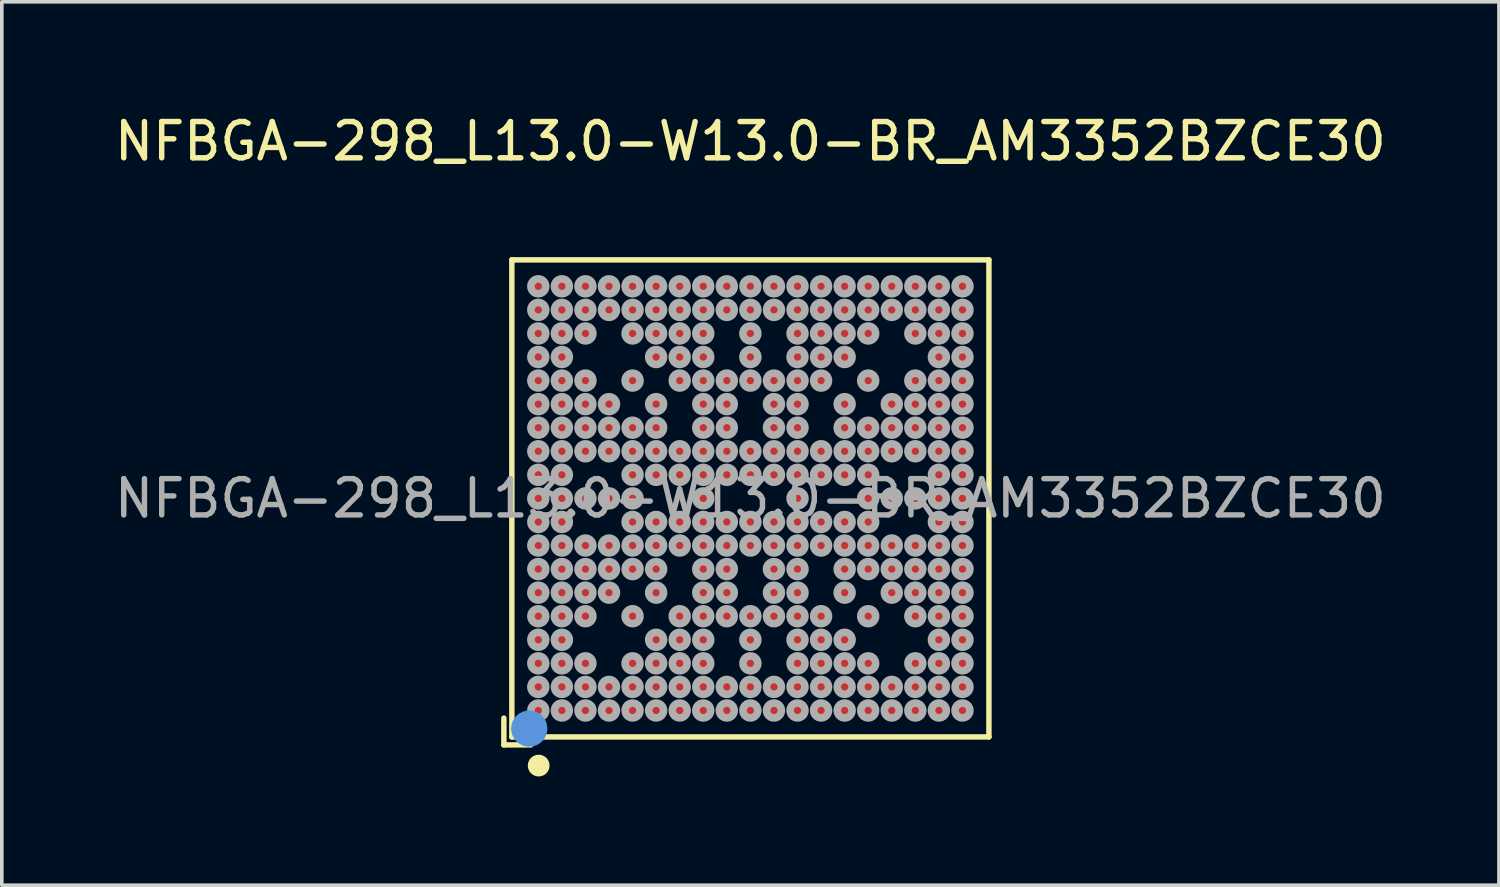
<source format=kicad_pcb>
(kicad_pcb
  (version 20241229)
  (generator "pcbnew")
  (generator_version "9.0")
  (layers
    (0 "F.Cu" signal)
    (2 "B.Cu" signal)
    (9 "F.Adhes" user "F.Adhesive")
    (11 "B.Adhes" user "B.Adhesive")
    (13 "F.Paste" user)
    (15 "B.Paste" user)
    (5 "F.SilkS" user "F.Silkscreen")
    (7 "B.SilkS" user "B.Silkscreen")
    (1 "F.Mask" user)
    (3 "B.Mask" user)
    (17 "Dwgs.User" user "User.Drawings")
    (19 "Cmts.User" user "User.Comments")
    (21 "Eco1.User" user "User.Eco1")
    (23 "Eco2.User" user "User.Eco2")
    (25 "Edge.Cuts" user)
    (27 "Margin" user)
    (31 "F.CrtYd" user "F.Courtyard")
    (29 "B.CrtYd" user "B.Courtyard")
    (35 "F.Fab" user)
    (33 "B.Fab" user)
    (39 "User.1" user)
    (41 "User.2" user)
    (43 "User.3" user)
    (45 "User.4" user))
  (footprint "NFBGA-298_L13.0-W13.0-BR_AM3352BZCE30"
    (layer "F.Cu")
    (at 17.649 10.698)
    (property "Reference" "NFBGA-298_L13.0-W13.0-BR_AM3352BZCE30" (at 0 -9.85 0) (layer "F.SilkS") (effects (font (size 1 1) (thickness 0.15))))
    (attr through_hole)
    (fp_line (start -6.8 6.06) (end -6.8 6.8) (stroke (width 0.15) (type solid)) (layer "F.SilkS"))
    (fp_line (start -6.8 6.8) (end -6.06 6.8) (stroke (width 0.15) (type solid)) (layer "F.SilkS"))
    (fp_line (start -6.58 -6.58) (end 6.58 -6.58) (stroke (width 0.15) (type solid)) (layer "F.SilkS"))
    (fp_line (start -6.58 6.58) (end -6.58 -6.58) (stroke (width 0.15) (type solid)) (layer "F.SilkS"))
    (fp_line (start 6.58 -6.58) (end 6.58 6.58) (stroke (width 0.15) (type solid)) (layer "F.SilkS"))
    (fp_line (start 6.58 6.58) (end -6.58 6.58) (stroke (width 0.15) (type solid)) (layer "F.SilkS"))
    (fp_circle (center -5.84 7.37) (end -5.69 7.37) (stroke (width 0.3) (type solid)) (fill no) (layer "F.SilkS"))
    (fp_circle (center -6.1 6.35) (end -5.85 6.35) (stroke (width 0.5) (type solid)) (fill no) (layer "Cmts.User"))
    (fp_circle (center -6.5 6.5) (end -6.47 6.5) (stroke (width 0.06) (type solid)) (fill no) (layer "F.Fab"))
    (fp_circle (center -5.85 -5.85) (end -5.75 -5.85) (stroke (width 0.21) (type solid)) (fill no) (layer "F.Fab"))
    (fp_circle (center -5.85 -5.2) (end -5.75 -5.2) (stroke (width 0.21) (type solid)) (fill no) (layer "F.Fab"))
    (fp_circle (center -5.85 -4.55) (end -5.75 -4.55) (stroke (width 0.21) (type solid)) (fill no) (layer "F.Fab"))
    (fp_circle (center -5.85 -3.9) (end -5.75 -3.9) (stroke (width 0.21) (type solid)) (fill no) (layer "F.Fab"))
    (fp_circle (center -5.85 -3.25) (end -5.75 -3.25) (stroke (width 0.21) (type solid)) (fill no) (layer "F.Fab"))
    (fp_circle (center -5.85 -2.6) (end -5.75 -2.6) (stroke (width 0.21) (type solid)) (fill no) (layer "F.Fab"))
    (fp_circle (center -5.85 -1.95) (end -5.75 -1.95) (stroke (width 0.21) (type solid)) (fill no) (layer "F.Fab"))
    (fp_circle (center -5.85 -1.3) (end -5.75 -1.3) (stroke (width 0.21) (type solid)) (fill no) (layer "F.Fab"))
    (fp_circle (center -5.85 -0.65) (end -5.75 -0.65) (stroke (width 0.21) (type solid)) (fill no) (layer "F.Fab"))
    (fp_circle (center -5.85 0) (end -5.75 0) (stroke (width 0.21) (type solid)) (fill no) (layer "F.Fab"))
    (fp_circle (center -5.85 0.65) (end -5.75 0.65) (stroke (width 0.21) (type solid)) (fill no) (layer "F.Fab"))
    (fp_circle (center -5.85 1.3) (end -5.75 1.3) (stroke (width 0.21) (type solid)) (fill no) (layer "F.Fab"))
    (fp_circle (center -5.85 1.95) (end -5.75 1.95) (stroke (width 0.21) (type solid)) (fill no) (layer "F.Fab"))
    (fp_circle (center -5.85 2.6) (end -5.75 2.6) (stroke (width 0.21) (type solid)) (fill no) (layer "F.Fab"))
    (fp_circle (center -5.85 3.25) (end -5.75 3.25) (stroke (width 0.21) (type solid)) (fill no) (layer "F.Fab"))
    (fp_circle (center -5.85 3.9) (end -5.75 3.9) (stroke (width 0.21) (type solid)) (fill no) (layer "F.Fab"))
    (fp_circle (center -5.85 4.55) (end -5.75 4.55) (stroke (width 0.21) (type solid)) (fill no) (layer "F.Fab"))
    (fp_circle (center -5.85 5.2) (end -5.75 5.2) (stroke (width 0.21) (type solid)) (fill no) (layer "F.Fab"))
    (fp_circle (center -5.85 5.85) (end -5.75 5.85) (stroke (width 0.21) (type solid)) (fill no) (layer "F.Fab"))
    (fp_circle (center -5.2 -5.85) (end -5.1 -5.85) (stroke (width 0.21) (type solid)) (fill no) (layer "F.Fab"))
    (fp_circle (center -5.2 -5.2) (end -5.1 -5.2) (stroke (width 0.21) (type solid)) (fill no) (layer "F.Fab"))
    (fp_circle (center -5.2 -4.55) (end -5.1 -4.55) (stroke (width 0.21) (type solid)) (fill no) (layer "F.Fab"))
    (fp_circle (center -5.2 -3.9) (end -5.1 -3.9) (stroke (width 0.21) (type solid)) (fill no) (layer "F.Fab"))
    (fp_circle (center -5.2 -3.25) (end -5.1 -3.25) (stroke (width 0.21) (type solid)) (fill no) (layer "F.Fab"))
    (fp_circle (center -5.2 -2.6) (end -5.1 -2.6) (stroke (width 0.21) (type solid)) (fill no) (layer "F.Fab"))
    (fp_circle (center -5.2 -1.95) (end -5.1 -1.95) (stroke (width 0.21) (type solid)) (fill no) (layer "F.Fab"))
    (fp_circle (center -5.2 -1.3) (end -5.1 -1.3) (stroke (width 0.21) (type solid)) (fill no) (layer "F.Fab"))
    (fp_circle (center -5.2 -0.65) (end -5.1 -0.65) (stroke (width 0.21) (type solid)) (fill no) (layer "F.Fab"))
    (fp_circle (center -5.2 0) (end -5.1 0) (stroke (width 0.21) (type solid)) (fill no) (layer "F.Fab"))
    (fp_circle (center -5.2 0.65) (end -5.1 0.65) (stroke (width 0.21) (type solid)) (fill no) (layer "F.Fab"))
    (fp_circle (center -5.2 1.3) (end -5.1 1.3) (stroke (width 0.21) (type solid)) (fill no) (layer "F.Fab"))
    (fp_circle (center -5.2 1.95) (end -5.1 1.95) (stroke (width 0.21) (type solid)) (fill no) (layer "F.Fab"))
    (fp_circle (center -5.2 2.6) (end -5.1 2.6) (stroke (width 0.21) (type solid)) (fill no) (layer "F.Fab"))
    (fp_circle (center -5.2 3.25) (end -5.1 3.25) (stroke (width 0.21) (type solid)) (fill no) (layer "F.Fab"))
    (fp_circle (center -5.2 3.9) (end -5.1 3.9) (stroke (width 0.21) (type solid)) (fill no) (layer "F.Fab"))
    (fp_circle (center -5.2 4.55) (end -5.1 4.55) (stroke (width 0.21) (type solid)) (fill no) (layer "F.Fab"))
    (fp_circle (center -5.2 5.2) (end -5.1 5.2) (stroke (width 0.21) (type solid)) (fill no) (layer "F.Fab"))
    (fp_circle (center -5.2 5.85) (end -5.1 5.85) (stroke (width 0.21) (type solid)) (fill no) (layer "F.Fab"))
    (fp_circle (center -4.55 -5.85) (end -4.45 -5.85) (stroke (width 0.21) (type solid)) (fill no) (layer "F.Fab"))
    (fp_circle (center -4.55 -5.2) (end -4.45 -5.2) (stroke (width 0.21) (type solid)) (fill no) (layer "F.Fab"))
    (fp_circle (center -4.55 -4.55) (end -4.45 -4.55) (stroke (width 0.21) (type solid)) (fill no) (layer "F.Fab"))
    (fp_circle (center -4.55 -3.25) (end -4.45 -3.25) (stroke (width 0.21) (type solid)) (fill no) (layer "F.Fab"))
    (fp_circle (center -4.55 -2.6) (end -4.45 -2.6) (stroke (width 0.21) (type solid)) (fill no) (layer "F.Fab"))
    (fp_circle (center -4.55 -1.95) (end -4.45 -1.95) (stroke (width 0.21) (type solid)) (fill no) (layer "F.Fab"))
    (fp_circle (center -4.55 -1.3) (end -4.45 -1.3) (stroke (width 0.21) (type solid)) (fill no) (layer "F.Fab"))
    (fp_circle (center -4.55 0) (end -4.45 0) (stroke (width 0.21) (type solid)) (fill no) (layer "F.Fab"))
    (fp_circle (center -4.55 1.3) (end -4.45 1.3) (stroke (width 0.21) (type solid)) (fill no) (layer "F.Fab"))
    (fp_circle (center -4.55 1.95) (end -4.45 1.95) (stroke (width 0.21) (type solid)) (fill no) (layer "F.Fab"))
    (fp_circle (center -4.55 2.6) (end -4.45 2.6) (stroke (width 0.21) (type solid)) (fill no) (layer "F.Fab"))
    (fp_circle (center -4.55 3.25) (end -4.45 3.25) (stroke (width 0.21) (type solid)) (fill no) (layer "F.Fab"))
    (fp_circle (center -4.55 4.55) (end -4.45 4.55) (stroke (width 0.21) (type solid)) (fill no) (layer "F.Fab"))
    (fp_circle (center -4.55 5.2) (end -4.45 5.2) (stroke (width 0.21) (type solid)) (fill no) (layer "F.Fab"))
    (fp_circle (center -4.55 5.85) (end -4.45 5.85) (stroke (width 0.21) (type solid)) (fill no) (layer "F.Fab"))
    (fp_circle (center -3.9 -5.85) (end -3.8 -5.85) (stroke (width 0.21) (type solid)) (fill no) (layer "F.Fab"))
    (fp_circle (center -3.9 -5.2) (end -3.8 -5.2) (stroke (width 0.21) (type solid)) (fill no) (layer "F.Fab"))
    (fp_circle (center -3.9 -2.6) (end -3.8 -2.6) (stroke (width 0.21) (type solid)) (fill no) (layer "F.Fab"))
    (fp_circle (center -3.9 -1.95) (end -3.8 -1.95) (stroke (width 0.21) (type solid)) (fill no) (layer "F.Fab"))
    (fp_circle (center -3.9 -1.3) (end -3.8 -1.3) (stroke (width 0.21) (type solid)) (fill no) (layer "F.Fab"))
    (fp_circle (center -3.9 0) (end -3.8 0) (stroke (width 0.21) (type solid)) (fill no) (layer "F.Fab"))
    (fp_circle (center -3.9 1.3) (end -3.8 1.3) (stroke (width 0.21) (type solid)) (fill no) (layer "F.Fab"))
    (fp_circle (center -3.9 1.95) (end -3.8 1.95) (stroke (width 0.21) (type solid)) (fill no) (layer "F.Fab"))
    (fp_circle (center -3.9 2.6) (end -3.8 2.6) (stroke (width 0.21) (type solid)) (fill no) (layer "F.Fab"))
    (fp_circle (center -3.9 5.2) (end -3.8 5.2) (stroke (width 0.21) (type solid)) (fill no) (layer "F.Fab"))
    (fp_circle (center -3.9 5.85) (end -3.8 5.85) (stroke (width 0.21) (type solid)) (fill no) (layer "F.Fab"))
    (fp_circle (center -3.25 -5.85) (end -3.15 -5.85) (stroke (width 0.21) (type solid)) (fill no) (layer "F.Fab"))
    (fp_circle (center -3.25 -5.2) (end -3.15 -5.2) (stroke (width 0.21) (type solid)) (fill no) (layer "F.Fab"))
    (fp_circle (center -3.25 -4.55) (end -3.15 -4.55) (stroke (width 0.21) (type solid)) (fill no) (layer "F.Fab"))
    (fp_circle (center -3.25 -3.25) (end -3.15 -3.25) (stroke (width 0.21) (type solid)) (fill no) (layer "F.Fab"))
    (fp_circle (center -3.25 -1.95) (end -3.15 -1.95) (stroke (width 0.21) (type solid)) (fill no) (layer "F.Fab"))
    (fp_circle (center -3.25 -1.3) (end -3.15 -1.3) (stroke (width 0.21) (type solid)) (fill no) (layer "F.Fab"))
    (fp_circle (center -3.25 -0.65) (end -3.15 -0.65) (stroke (width 0.21) (type solid)) (fill no) (layer "F.Fab"))
    (fp_circle (center -3.25 0) (end -3.15 0) (stroke (width 0.21) (type solid)) (fill no) (layer "F.Fab"))
    (fp_circle (center -3.25 0.65) (end -3.15 0.65) (stroke (width 0.21) (type solid)) (fill no) (layer "F.Fab"))
    (fp_circle (center -3.25 1.3) (end -3.15 1.3) (stroke (width 0.21) (type solid)) (fill no) (layer "F.Fab"))
    (fp_circle (center -3.25 1.95) (end -3.15 1.95) (stroke (width 0.21) (type solid)) (fill no) (layer "F.Fab"))
    (fp_circle (center -3.25 3.25) (end -3.15 3.25) (stroke (width 0.21) (type solid)) (fill no) (layer "F.Fab"))
    (fp_circle (center -3.25 4.55) (end -3.15 4.55) (stroke (width 0.21) (type solid)) (fill no) (layer "F.Fab"))
    (fp_circle (center -3.25 5.2) (end -3.15 5.2) (stroke (width 0.21) (type solid)) (fill no) (layer "F.Fab"))
    (fp_circle (center -3.25 5.85) (end -3.15 5.85) (stroke (width 0.21) (type solid)) (fill no) (layer "F.Fab"))
    (fp_circle (center -2.6 -5.85) (end -2.5 -5.85) (stroke (width 0.21) (type solid)) (fill no) (layer "F.Fab"))
    (fp_circle (center -2.6 -5.2) (end -2.5 -5.2) (stroke (width 0.21) (type solid)) (fill no) (layer "F.Fab"))
    (fp_circle (center -2.6 -4.55) (end -2.5 -4.55) (stroke (width 0.21) (type solid)) (fill no) (layer "F.Fab"))
    (fp_circle (center -2.6 -3.9) (end -2.5 -3.9) (stroke (width 0.21) (type solid)) (fill no) (layer "F.Fab"))
    (fp_circle (center -2.6 -2.6) (end -2.5 -2.6) (stroke (width 0.21) (type solid)) (fill no) (layer "F.Fab"))
    (fp_circle (center -2.6 -1.95) (end -2.5 -1.95) (stroke (width 0.21) (type solid)) (fill no) (layer "F.Fab"))
    (fp_circle (center -2.6 -1.3) (end -2.5 -1.3) (stroke (width 0.21) (type solid)) (fill no) (layer "F.Fab"))
    (fp_circle (center -2.6 -0.65) (end -2.5 -0.65) (stroke (width 0.21) (type solid)) (fill no) (layer "F.Fab"))
    (fp_circle (center -2.6 0.65) (end -2.5 0.65) (stroke (width 0.21) (type solid)) (fill no) (layer "F.Fab"))
    (fp_circle (center -2.6 1.3) (end -2.5 1.3) (stroke (width 0.21) (type solid)) (fill no) (layer "F.Fab"))
    (fp_circle (center -2.6 1.95) (end -2.5 1.95) (stroke (width 0.21) (type solid)) (fill no) (layer "F.Fab"))
    (fp_circle (center -2.6 2.6) (end -2.5 2.6) (stroke (width 0.21) (type solid)) (fill no) (layer "F.Fab"))
    (fp_circle (center -2.6 3.9) (end -2.5 3.9) (stroke (width 0.21) (type solid)) (fill no) (layer "F.Fab"))
    (fp_circle (center -2.6 4.55) (end -2.5 4.55) (stroke (width 0.21) (type solid)) (fill no) (layer "F.Fab"))
    (fp_circle (center -2.6 5.2) (end -2.5 5.2) (stroke (width 0.21) (type solid)) (fill no) (layer "F.Fab"))
    (fp_circle (center -2.6 5.85) (end -2.5 5.85) (stroke (width 0.21) (type solid)) (fill no) (layer "F.Fab"))
    (fp_circle (center -1.95 -5.85) (end -1.85 -5.85) (stroke (width 0.21) (type solid)) (fill no) (layer "F.Fab"))
    (fp_circle (center -1.95 -5.2) (end -1.85 -5.2) (stroke (width 0.21) (type solid)) (fill no) (layer "F.Fab"))
    (fp_circle (center -1.95 -4.55) (end -1.85 -4.55) (stroke (width 0.21) (type solid)) (fill no) (layer "F.Fab"))
    (fp_circle (center -1.95 -3.9) (end -1.85 -3.9) (stroke (width 0.21) (type solid)) (fill no) (layer "F.Fab"))
    (fp_circle (center -1.95 -3.25) (end -1.85 -3.25) (stroke (width 0.21) (type solid)) (fill no) (layer "F.Fab"))
    (fp_circle (center -1.95 -1.3) (end -1.85 -1.3) (stroke (width 0.21) (type solid)) (fill no) (layer "F.Fab"))
    (fp_circle (center -1.95 -0.65) (end -1.85 -0.65) (stroke (width 0.21) (type solid)) (fill no) (layer "F.Fab"))
    (fp_circle (center -1.95 0.65) (end -1.85 0.65) (stroke (width 0.21) (type solid)) (fill no) (layer "F.Fab"))
    (fp_circle (center -1.95 1.3) (end -1.85 1.3) (stroke (width 0.21) (type solid)) (fill no) (layer "F.Fab"))
    (fp_circle (center -1.95 3.25) (end -1.85 3.25) (stroke (width 0.21) (type solid)) (fill no) (layer "F.Fab"))
    (fp_circle (center -1.95 3.9) (end -1.85 3.9) (stroke (width 0.21) (type solid)) (fill no) (layer "F.Fab"))
    (fp_circle (center -1.95 4.55) (end -1.85 4.55) (stroke (width 0.21) (type solid)) (fill no) (layer "F.Fab"))
    (fp_circle (center -1.95 5.2) (end -1.85 5.2) (stroke (width 0.21) (type solid)) (fill no) (layer "F.Fab"))
    (fp_circle (center -1.95 5.85) (end -1.85 5.85) (stroke (width 0.21) (type solid)) (fill no) (layer "F.Fab"))
    (fp_circle (center -1.3 -5.85) (end -1.2 -5.85) (stroke (width 0.21) (type solid)) (fill no) (layer "F.Fab"))
    (fp_circle (center -1.3 -5.2) (end -1.2 -5.2) (stroke (width 0.21) (type solid)) (fill no) (layer "F.Fab"))
    (fp_circle (center -1.3 -4.55) (end -1.2 -4.55) (stroke (width 0.21) (type solid)) (fill no) (layer "F.Fab"))
    (fp_circle (center -1.3 -3.9) (end -1.2 -3.9) (stroke (width 0.21) (type solid)) (fill no) (layer "F.Fab"))
    (fp_circle (center -1.3 -3.25) (end -1.2 -3.25) (stroke (width 0.21) (type solid)) (fill no) (layer "F.Fab"))
    (fp_circle (center -1.3 -2.6) (end -1.2 -2.6) (stroke (width 0.21) (type solid)) (fill no) (layer "F.Fab"))
    (fp_circle (center -1.3 -1.95) (end -1.2 -1.95) (stroke (width 0.21) (type solid)) (fill no) (layer "F.Fab"))
    (fp_circle (center -1.3 -1.3) (end -1.2 -1.3) (stroke (width 0.21) (type solid)) (fill no) (layer "F.Fab"))
    (fp_circle (center -1.3 -0.65) (end -1.2 -0.65) (stroke (width 0.21) (type solid)) (fill no) (layer "F.Fab"))
    (fp_circle (center -1.3 0) (end -1.2 0) (stroke (width 0.21) (type solid)) (fill no) (layer "F.Fab"))
    (fp_circle (center -1.3 0.65) (end -1.2 0.65) (stroke (width 0.21) (type solid)) (fill no) (layer "F.Fab"))
    (fp_circle (center -1.3 1.3) (end -1.2 1.3) (stroke (width 0.21) (type solid)) (fill no) (layer "F.Fab"))
    (fp_circle (center -1.3 1.95) (end -1.2 1.95) (stroke (width 0.21) (type solid)) (fill no) (layer "F.Fab"))
    (fp_circle (center -1.3 2.6) (end -1.2 2.6) (stroke (width 0.21) (type solid)) (fill no) (layer "F.Fab"))
    (fp_circle (center -1.3 3.25) (end -1.2 3.25) (stroke (width 0.21) (type solid)) (fill no) (layer "F.Fab"))
    (fp_circle (center -1.3 3.9) (end -1.2 3.9) (stroke (width 0.21) (type solid)) (fill no) (layer "F.Fab"))
    (fp_circle (center -1.3 4.55) (end -1.2 4.55) (stroke (width 0.21) (type solid)) (fill no) (layer "F.Fab"))
    (fp_circle (center -1.3 5.2) (end -1.2 5.2) (stroke (width 0.21) (type solid)) (fill no) (layer "F.Fab"))
    (fp_circle (center -1.3 5.85) (end -1.2 5.85) (stroke (width 0.21) (type solid)) (fill no) (layer "F.Fab"))
    (fp_circle (center -0.65 -5.85) (end -0.55 -5.85) (stroke (width 0.21) (type solid)) (fill no) (layer "F.Fab"))
    (fp_circle (center -0.65 -5.2) (end -0.55 -5.2) (stroke (width 0.21) (type solid)) (fill no) (layer "F.Fab"))
    (fp_circle (center -0.65 -3.25) (end -0.55 -3.25) (stroke (width 0.21) (type solid)) (fill no) (layer "F.Fab"))
    (fp_circle (center -0.65 -2.6) (end -0.55 -2.6) (stroke (width 0.21) (type solid)) (fill no) (layer "F.Fab"))
    (fp_circle (center -0.65 -1.95) (end -0.55 -1.95) (stroke (width 0.21) (type solid)) (fill no) (layer "F.Fab"))
    (fp_circle (center -0.65 -1.3) (end -0.55 -1.3) (stroke (width 0.21) (type solid)) (fill no) (layer "F.Fab"))
    (fp_circle (center -0.65 -0.65) (end -0.55 -0.65) (stroke (width 0.21) (type solid)) (fill no) (layer "F.Fab"))
    (fp_circle (center -0.65 0.65) (end -0.55 0.65) (stroke (width 0.21) (type solid)) (fill no) (layer "F.Fab"))
    (fp_circle (center -0.65 1.3) (end -0.55 1.3) (stroke (width 0.21) (type solid)) (fill no) (layer "F.Fab"))
    (fp_circle (center -0.65 1.95) (end -0.55 1.95) (stroke (width 0.21) (type solid)) (fill no) (layer "F.Fab"))
    (fp_circle (center -0.65 2.6) (end -0.55 2.6) (stroke (width 0.21) (type solid)) (fill no) (layer "F.Fab"))
    (fp_circle (center -0.65 3.25) (end -0.55 3.25) (stroke (width 0.21) (type solid)) (fill no) (layer "F.Fab"))
    (fp_circle (center -0.65 5.2) (end -0.55 5.2) (stroke (width 0.21) (type solid)) (fill no) (layer "F.Fab"))
    (fp_circle (center -0.65 5.85) (end -0.55 5.85) (stroke (width 0.21) (type solid)) (fill no) (layer "F.Fab"))
    (fp_circle (center 0 -5.85) (end 0.1 -5.85) (stroke (width 0.21) (type solid)) (fill no) (layer "F.Fab"))
    (fp_circle (center 0 -5.2) (end 0.1 -5.2) (stroke (width 0.21) (type solid)) (fill no) (layer "F.Fab"))
    (fp_circle (center 0 -4.55) (end 0.1 -4.55) (stroke (width 0.21) (type solid)) (fill no) (layer "F.Fab"))
    (fp_circle (center 0 -3.9) (end 0.1 -3.9) (stroke (width 0.21) (type solid)) (fill no) (layer "F.Fab"))
    (fp_circle (center 0 -3.25) (end 0.1 -3.25) (stroke (width 0.21) (type solid)) (fill no) (layer "F.Fab"))
    (fp_circle (center 0 -1.3) (end 0.1 -1.3) (stroke (width 0.21) (type solid)) (fill no) (layer "F.Fab"))
    (fp_circle (center 0 -0.65) (end 0.1 -0.65) (stroke (width 0.21) (type solid)) (fill no) (layer "F.Fab"))
    (fp_circle (center 0 0.65) (end 0.1 0.65) (stroke (width 0.21) (type solid)) (fill no) (layer "F.Fab"))
    (fp_circle (center 0 1.3) (end 0.1 1.3) (stroke (width 0.21) (type solid)) (fill no) (layer "F.Fab"))
    (fp_circle (center 0 3.25) (end 0.1 3.25) (stroke (width 0.21) (type solid)) (fill no) (layer "F.Fab"))
    (fp_circle (center 0 3.9) (end 0.1 3.9) (stroke (width 0.21) (type solid)) (fill no) (layer "F.Fab"))
    (fp_circle (center 0 4.55) (end 0.1 4.55) (stroke (width 0.21) (type solid)) (fill no) (layer "F.Fab"))
    (fp_circle (center 0 5.2) (end 0.1 5.2) (stroke (width 0.21) (type solid)) (fill no) (layer "F.Fab"))
    (fp_circle (center 0 5.85) (end 0.1 5.85) (stroke (width 0.21) (type solid)) (fill no) (layer "F.Fab"))
    (fp_circle (center 0.65 -5.85) (end 0.75 -5.85) (stroke (width 0.21) (type solid)) (fill no) (layer "F.Fab"))
    (fp_circle (center 0.65 -5.2) (end 0.75 -5.2) (stroke (width 0.21) (type solid)) (fill no) (layer "F.Fab"))
    (fp_circle (center 0.65 -3.25) (end 0.75 -3.25) (stroke (width 0.21) (type solid)) (fill no) (layer "F.Fab"))
    (fp_circle (center 0.65 -2.6) (end 0.75 -2.6) (stroke (width 0.21) (type solid)) (fill no) (layer "F.Fab"))
    (fp_circle (center 0.65 -1.95) (end 0.75 -1.95) (stroke (width 0.21) (type solid)) (fill no) (layer "F.Fab"))
    (fp_circle (center 0.65 -1.3) (end 0.75 -1.3) (stroke (width 0.21) (type solid)) (fill no) (layer "F.Fab"))
    (fp_circle (center 0.65 -0.65) (end 0.75 -0.65) (stroke (width 0.21) (type solid)) (fill no) (layer "F.Fab"))
    (fp_circle (center 0.65 0.65) (end 0.75 0.65) (stroke (width 0.21) (type solid)) (fill no) (layer "F.Fab"))
    (fp_circle (center 0.65 1.3) (end 0.75 1.3) (stroke (width 0.21) (type solid)) (fill no) (layer "F.Fab"))
    (fp_circle (center 0.65 1.95) (end 0.75 1.95) (stroke (width 0.21) (type solid)) (fill no) (layer "F.Fab"))
    (fp_circle (center 0.65 2.6) (end 0.75 2.6) (stroke (width 0.21) (type solid)) (fill no) (layer "F.Fab"))
    (fp_circle (center 0.65 3.25) (end 0.75 3.25) (stroke (width 0.21) (type solid)) (fill no) (layer "F.Fab"))
    (fp_circle (center 0.65 5.2) (end 0.75 5.2) (stroke (width 0.21) (type solid)) (fill no) (layer "F.Fab"))
    (fp_circle (center 0.65 5.85) (end 0.75 5.85) (stroke (width 0.21) (type solid)) (fill no) (layer "F.Fab"))
    (fp_circle (center 1.3 -5.85) (end 1.4 -5.85) (stroke (width 0.21) (type solid)) (fill no) (layer "F.Fab"))
    (fp_circle (center 1.3 -5.2) (end 1.4 -5.2) (stroke (width 0.21) (type solid)) (fill no) (layer "F.Fab"))
    (fp_circle (center 1.3 -4.55) (end 1.4 -4.55) (stroke (width 0.21) (type solid)) (fill no) (layer "F.Fab"))
    (fp_circle (center 1.3 -3.9) (end 1.4 -3.9) (stroke (width 0.21) (type solid)) (fill no) (layer "F.Fab"))
    (fp_circle (center 1.3 -3.25) (end 1.4 -3.25) (stroke (width 0.21) (type solid)) (fill no) (layer "F.Fab"))
    (fp_circle (center 1.3 -2.6) (end 1.4 -2.6) (stroke (width 0.21) (type solid)) (fill no) (layer "F.Fab"))
    (fp_circle (center 1.3 -1.95) (end 1.4 -1.95) (stroke (width 0.21) (type solid)) (fill no) (layer "F.Fab"))
    (fp_circle (center 1.3 -1.3) (end 1.4 -1.3) (stroke (width 0.21) (type solid)) (fill no) (layer "F.Fab"))
    (fp_circle (center 1.3 -0.65) (end 1.4 -0.65) (stroke (width 0.21) (type solid)) (fill no) (layer "F.Fab"))
    (fp_circle (center 1.3 0) (end 1.4 0) (stroke (width 0.21) (type solid)) (fill no) (layer "F.Fab"))
    (fp_circle (center 1.3 0.65) (end 1.4 0.65) (stroke (width 0.21) (type solid)) (fill no) (layer "F.Fab"))
    (fp_circle (center 1.3 1.3) (end 1.4 1.3) (stroke (width 0.21) (type solid)) (fill no) (layer "F.Fab"))
    (fp_circle (center 1.3 1.95) (end 1.4 1.95) (stroke (width 0.21) (type solid)) (fill no) (layer "F.Fab"))
    (fp_circle (center 1.3 2.6) (end 1.4 2.6) (stroke (width 0.21) (type solid)) (fill no) (layer "F.Fab"))
    (fp_circle (center 1.3 3.25) (end 1.4 3.25) (stroke (width 0.21) (type solid)) (fill no) (layer "F.Fab"))
    (fp_circle (center 1.3 3.9) (end 1.4 3.9) (stroke (width 0.21) (type solid)) (fill no) (layer "F.Fab"))
    (fp_circle (center 1.3 4.55) (end 1.4 4.55) (stroke (width 0.21) (type solid)) (fill no) (layer "F.Fab"))
    (fp_circle (center 1.3 5.2) (end 1.4 5.2) (stroke (width 0.21) (type solid)) (fill no) (layer "F.Fab"))
    (fp_circle (center 1.3 5.85) (end 1.4 5.85) (stroke (width 0.21) (type solid)) (fill no) (layer "F.Fab"))
    (fp_circle (center 1.95 -5.85) (end 2.05 -5.85) (stroke (width 0.21) (type solid)) (fill no) (layer "F.Fab"))
    (fp_circle (center 1.95 -5.2) (end 2.05 -5.2) (stroke (width 0.21) (type solid)) (fill no) (layer "F.Fab"))
    (fp_circle (center 1.95 -4.55) (end 2.05 -4.55) (stroke (width 0.21) (type solid)) (fill no) (layer "F.Fab"))
    (fp_circle (center 1.95 -3.9) (end 2.05 -3.9) (stroke (width 0.21) (type solid)) (fill no) (layer "F.Fab"))
    (fp_circle (center 1.95 -3.25) (end 2.05 -3.25) (stroke (width 0.21) (type solid)) (fill no) (layer "F.Fab"))
    (fp_circle (center 1.95 -1.3) (end 2.05 -1.3) (stroke (width 0.21) (type solid)) (fill no) (layer "F.Fab"))
    (fp_circle (center 1.95 -0.65) (end 2.05 -0.65) (stroke (width 0.21) (type solid)) (fill no) (layer "F.Fab"))
    (fp_circle (center 1.95 0.65) (end 2.05 0.65) (stroke (width 0.21) (type solid)) (fill no) (layer "F.Fab"))
    (fp_circle (center 1.95 1.3) (end 2.05 1.3) (stroke (width 0.21) (type solid)) (fill no) (layer "F.Fab"))
    (fp_circle (center 1.95 3.25) (end 2.05 3.25) (stroke (width 0.21) (type solid)) (fill no) (layer "F.Fab"))
    (fp_circle (center 1.95 3.9) (end 2.05 3.9) (stroke (width 0.21) (type solid)) (fill no) (layer "F.Fab"))
    (fp_circle (center 1.95 4.55) (end 2.05 4.55) (stroke (width 0.21) (type solid)) (fill no) (layer "F.Fab"))
    (fp_circle (center 1.95 5.2) (end 2.05 5.2) (stroke (width 0.21) (type solid)) (fill no) (layer "F.Fab"))
    (fp_circle (center 1.95 5.85) (end 2.05 5.85) (stroke (width 0.21) (type solid)) (fill no) (layer "F.Fab"))
    (fp_circle (center 2.6 -5.85) (end 2.7 -5.85) (stroke (width 0.21) (type solid)) (fill no) (layer "F.Fab"))
    (fp_circle (center 2.6 -5.2) (end 2.7 -5.2) (stroke (width 0.21) (type solid)) (fill no) (layer "F.Fab"))
    (fp_circle (center 2.6 -4.55) (end 2.7 -4.55) (stroke (width 0.21) (type solid)) (fill no) (layer "F.Fab"))
    (fp_circle (center 2.6 -3.9) (end 2.7 -3.9) (stroke (width 0.21) (type solid)) (fill no) (layer "F.Fab"))
    (fp_circle (center 2.6 -2.6) (end 2.7 -2.6) (stroke (width 0.21) (type solid)) (fill no) (layer "F.Fab"))
    (fp_circle (center 2.6 -1.95) (end 2.7 -1.95) (stroke (width 0.21) (type solid)) (fill no) (layer "F.Fab"))
    (fp_circle (center 2.6 -1.3) (end 2.7 -1.3) (stroke (width 0.21) (type solid)) (fill no) (layer "F.Fab"))
    (fp_circle (center 2.6 -0.65) (end 2.7 -0.65) (stroke (width 0.21) (type solid)) (fill no) (layer "F.Fab"))
    (fp_circle (center 2.6 0.65) (end 2.7 0.65) (stroke (width 0.21) (type solid)) (fill no) (layer "F.Fab"))
    (fp_circle (center 2.6 1.3) (end 2.7 1.3) (stroke (width 0.21) (type solid)) (fill no) (layer "F.Fab"))
    (fp_circle (center 2.6 1.95) (end 2.7 1.95) (stroke (width 0.21) (type solid)) (fill no) (layer "F.Fab"))
    (fp_circle (center 2.6 2.6) (end 2.7 2.6) (stroke (width 0.21) (type solid)) (fill no) (layer "F.Fab"))
    (fp_circle (center 2.6 3.9) (end 2.7 3.9) (stroke (width 0.21) (type solid)) (fill no) (layer "F.Fab"))
    (fp_circle (center 2.6 4.55) (end 2.7 4.55) (stroke (width 0.21) (type solid)) (fill no) (layer "F.Fab"))
    (fp_circle (center 2.6 5.2) (end 2.7 5.2) (stroke (width 0.21) (type solid)) (fill no) (layer "F.Fab"))
    (fp_circle (center 2.6 5.85) (end 2.7 5.85) (stroke (width 0.21) (type solid)) (fill no) (layer "F.Fab"))
    (fp_circle (center 3.25 -5.85) (end 3.35 -5.85) (stroke (width 0.21) (type solid)) (fill no) (layer "F.Fab"))
    (fp_circle (center 3.25 -5.2) (end 3.35 -5.2) (stroke (width 0.21) (type solid)) (fill no) (layer "F.Fab"))
    (fp_circle (center 3.25 -4.55) (end 3.35 -4.55) (stroke (width 0.21) (type solid)) (fill no) (layer "F.Fab"))
    (fp_circle (center 3.25 -3.25) (end 3.35 -3.25) (stroke (width 0.21) (type solid)) (fill no) (layer "F.Fab"))
    (fp_circle (center 3.25 -1.95) (end 3.35 -1.95) (stroke (width 0.21) (type solid)) (fill no) (layer "F.Fab"))
    (fp_circle (center 3.25 -1.3) (end 3.35 -1.3) (stroke (width 0.21) (type solid)) (fill no) (layer "F.Fab"))
    (fp_circle (center 3.25 -0.65) (end 3.35 -0.65) (stroke (width 0.21) (type solid)) (fill no) (layer "F.Fab"))
    (fp_circle (center 3.25 0) (end 3.35 0) (stroke (width 0.21) (type solid)) (fill no) (layer "F.Fab"))
    (fp_circle (center 3.25 0.65) (end 3.35 0.65) (stroke (width 0.21) (type solid)) (fill no) (layer "F.Fab"))
    (fp_circle (center 3.25 1.3) (end 3.35 1.3) (stroke (width 0.21) (type solid)) (fill no) (layer "F.Fab"))
    (fp_circle (center 3.25 1.95) (end 3.35 1.95) (stroke (width 0.21) (type solid)) (fill no) (layer "F.Fab"))
    (fp_circle (center 3.25 3.25) (end 3.35 3.25) (stroke (width 0.21) (type solid)) (fill no) (layer "F.Fab"))
    (fp_circle (center 3.25 4.55) (end 3.35 4.55) (stroke (width 0.21) (type solid)) (fill no) (layer "F.Fab"))
    (fp_circle (center 3.25 5.2) (end 3.35 5.2) (stroke (width 0.21) (type solid)) (fill no) (layer "F.Fab"))
    (fp_circle (center 3.25 5.85) (end 3.35 5.85) (stroke (width 0.21) (type solid)) (fill no) (layer "F.Fab"))
    (fp_circle (center 3.9 -5.85) (end 4 -5.85) (stroke (width 0.21) (type solid)) (fill no) (layer "F.Fab"))
    (fp_circle (center 3.9 -5.2) (end 4 -5.2) (stroke (width 0.21) (type solid)) (fill no) (layer "F.Fab"))
    (fp_circle (center 3.9 -2.6) (end 4 -2.6) (stroke (width 0.21) (type solid)) (fill no) (layer "F.Fab"))
    (fp_circle (center 3.9 -1.95) (end 4 -1.95) (stroke (width 0.21) (type solid)) (fill no) (layer "F.Fab"))
    (fp_circle (center 3.9 -1.3) (end 4 -1.3) (stroke (width 0.21) (type solid)) (fill no) (layer "F.Fab"))
    (fp_circle (center 3.9 0) (end 4 0) (stroke (width 0.21) (type solid)) (fill no) (layer "F.Fab"))
    (fp_circle (center 3.9 1.3) (end 4 1.3) (stroke (width 0.21) (type solid)) (fill no) (layer "F.Fab"))
    (fp_circle (center 3.9 1.95) (end 4 1.95) (stroke (width 0.21) (type solid)) (fill no) (layer "F.Fab"))
    (fp_circle (center 3.9 2.6) (end 4 2.6) (stroke (width 0.21) (type solid)) (fill no) (layer "F.Fab"))
    (fp_circle (center 3.9 5.2) (end 4 5.2) (stroke (width 0.21) (type solid)) (fill no) (layer "F.Fab"))
    (fp_circle (center 3.9 5.85) (end 4 5.85) (stroke (width 0.21) (type solid)) (fill no) (layer "F.Fab"))
    (fp_circle (center 4.55 -5.85) (end 4.65 -5.85) (stroke (width 0.21) (type solid)) (fill no) (layer "F.Fab"))
    (fp_circle (center 4.55 -5.2) (end 4.65 -5.2) (stroke (width 0.21) (type solid)) (fill no) (layer "F.Fab"))
    (fp_circle (center 4.55 -4.55) (end 4.65 -4.55) (stroke (width 0.21) (type solid)) (fill no) (layer "F.Fab"))
    (fp_circle (center 4.55 -3.25) (end 4.65 -3.25) (stroke (width 0.21) (type solid)) (fill no) (layer "F.Fab"))
    (fp_circle (center 4.55 -2.6) (end 4.65 -2.6) (stroke (width 0.21) (type solid)) (fill no) (layer "F.Fab"))
    (fp_circle (center 4.55 -1.95) (end 4.65 -1.95) (stroke (width 0.21) (type solid)) (fill no) (layer "F.Fab"))
    (fp_circle (center 4.55 -1.3) (end 4.65 -1.3) (stroke (width 0.21) (type solid)) (fill no) (layer "F.Fab"))
    (fp_circle (center 4.55 0) (end 4.65 0) (stroke (width 0.21) (type solid)) (fill no) (layer "F.Fab"))
    (fp_circle (center 4.55 1.3) (end 4.65 1.3) (stroke (width 0.21) (type solid)) (fill no) (layer "F.Fab"))
    (fp_circle (center 4.55 1.95) (end 4.65 1.95) (stroke (width 0.21) (type solid)) (fill no) (layer "F.Fab"))
    (fp_circle (center 4.55 2.6) (end 4.65 2.6) (stroke (width 0.21) (type solid)) (fill no) (layer "F.Fab"))
    (fp_circle (center 4.55 3.25) (end 4.65 3.25) (stroke (width 0.21) (type solid)) (fill no) (layer "F.Fab"))
    (fp_circle (center 4.55 4.55) (end 4.65 4.55) (stroke (width 0.21) (type solid)) (fill no) (layer "F.Fab"))
    (fp_circle (center 4.55 5.2) (end 4.65 5.2) (stroke (width 0.21) (type solid)) (fill no) (layer "F.Fab"))
    (fp_circle (center 4.55 5.85) (end 4.65 5.85) (stroke (width 0.21) (type solid)) (fill no) (layer "F.Fab"))
    (fp_circle (center 5.2 -5.85) (end 5.3 -5.85) (stroke (width 0.21) (type solid)) (fill no) (layer "F.Fab"))
    (fp_circle (center 5.2 -5.2) (end 5.3 -5.2) (stroke (width 0.21) (type solid)) (fill no) (layer "F.Fab"))
    (fp_circle (center 5.2 -4.55) (end 5.3 -4.55) (stroke (width 0.21) (type solid)) (fill no) (layer "F.Fab"))
    (fp_circle (center 5.2 -3.9) (end 5.3 -3.9) (stroke (width 0.21) (type solid)) (fill no) (layer "F.Fab"))
    (fp_circle (center 5.2 -3.25) (end 5.3 -3.25) (stroke (width 0.21) (type solid)) (fill no) (layer "F.Fab"))
    (fp_circle (center 5.2 -2.6) (end 5.3 -2.6) (stroke (width 0.21) (type solid)) (fill no) (layer "F.Fab"))
    (fp_circle (center 5.2 -1.95) (end 5.3 -1.95) (stroke (width 0.21) (type solid)) (fill no) (layer "F.Fab"))
    (fp_circle (center 5.2 -1.3) (end 5.3 -1.3) (stroke (width 0.21) (type solid)) (fill no) (layer "F.Fab"))
    (fp_circle (center 5.2 -0.65) (end 5.3 -0.65) (stroke (width 0.21) (type solid)) (fill no) (layer "F.Fab"))
    (fp_circle (center 5.2 0) (end 5.3 0) (stroke (width 0.21) (type solid)) (fill no) (layer "F.Fab"))
    (fp_circle (center 5.2 0.65) (end 5.3 0.65) (stroke (width 0.21) (type solid)) (fill no) (layer "F.Fab"))
    (fp_circle (center 5.2 1.3) (end 5.3 1.3) (stroke (width 0.21) (type solid)) (fill no) (layer "F.Fab"))
    (fp_circle (center 5.2 1.95) (end 5.3 1.95) (stroke (width 0.21) (type solid)) (fill no) (layer "F.Fab"))
    (fp_circle (center 5.2 2.6) (end 5.3 2.6) (stroke (width 0.21) (type solid)) (fill no) (layer "F.Fab"))
    (fp_circle (center 5.2 3.25) (end 5.3 3.25) (stroke (width 0.21) (type solid)) (fill no) (layer "F.Fab"))
    (fp_circle (center 5.2 3.9) (end 5.3 3.9) (stroke (width 0.21) (type solid)) (fill no) (layer "F.Fab"))
    (fp_circle (center 5.2 4.55) (end 5.3 4.55) (stroke (width 0.21) (type solid)) (fill no) (layer "F.Fab"))
    (fp_circle (center 5.2 5.2) (end 5.3 5.2) (stroke (width 0.21) (type solid)) (fill no) (layer "F.Fab"))
    (fp_circle (center 5.2 5.85) (end 5.3 5.85) (stroke (width 0.21) (type solid)) (fill no) (layer "F.Fab"))
    (fp_circle (center 5.85 -5.85) (end 5.95 -5.85) (stroke (width 0.21) (type solid)) (fill no) (layer "F.Fab"))
    (fp_circle (center 5.85 -5.2) (end 5.95 -5.2) (stroke (width 0.21) (type solid)) (fill no) (layer "F.Fab"))
    (fp_circle (center 5.85 -4.55) (end 5.95 -4.55) (stroke (width 0.21) (type solid)) (fill no) (layer "F.Fab"))
    (fp_circle (center 5.85 -3.9) (end 5.95 -3.9) (stroke (width 0.21) (type solid)) (fill no) (layer "F.Fab"))
    (fp_circle (center 5.85 -3.25) (end 5.95 -3.25) (stroke (width 0.21) (type solid)) (fill no) (layer "F.Fab"))
    (fp_circle (center 5.85 -2.6) (end 5.95 -2.6) (stroke (width 0.21) (type solid)) (fill no) (layer "F.Fab"))
    (fp_circle (center 5.85 -1.95) (end 5.95 -1.95) (stroke (width 0.21) (type solid)) (fill no) (layer "F.Fab"))
    (fp_circle (center 5.85 -1.3) (end 5.95 -1.3) (stroke (width 0.21) (type solid)) (fill no) (layer "F.Fab"))
    (fp_circle (center 5.85 -0.65) (end 5.95 -0.65) (stroke (width 0.21) (type solid)) (fill no) (layer "F.Fab"))
    (fp_circle (center 5.85 0) (end 5.95 0) (stroke (width 0.21) (type solid)) (fill no) (layer "F.Fab"))
    (fp_circle (center 5.85 0.65) (end 5.95 0.65) (stroke (width 0.21) (type solid)) (fill no) (layer "F.Fab"))
    (fp_circle (center 5.85 1.3) (end 5.95 1.3) (stroke (width 0.21) (type solid)) (fill no) (layer "F.Fab"))
    (fp_circle (center 5.85 1.95) (end 5.95 1.95) (stroke (width 0.21) (type solid)) (fill no) (layer "F.Fab"))
    (fp_circle (center 5.85 2.6) (end 5.95 2.6) (stroke (width 0.21) (type solid)) (fill no) (layer "F.Fab"))
    (fp_circle (center 5.85 3.25) (end 5.95 3.25) (stroke (width 0.21) (type solid)) (fill no) (layer "F.Fab"))
    (fp_circle (center 5.85 3.9) (end 5.95 3.9) (stroke (width 0.21) (type solid)) (fill no) (layer "F.Fab"))
    (fp_circle (center 5.85 4.55) (end 5.95 4.55) (stroke (width 0.21) (type solid)) (fill no) (layer "F.Fab"))
    (fp_circle (center 5.85 5.2) (end 5.95 5.2) (stroke (width 0.21) (type solid)) (fill no) (layer "F.Fab"))
    (fp_circle (center 5.85 5.85) (end 5.95 5.85) (stroke (width 0.21) (type solid)) (fill no) (layer "F.Fab"))
    (fp_text user "${REFERENCE}" (at 0 0 0) (layer "F.Fab") (effects (font (size 1 1) (thickness 0.15))))
    (pad "A1" smd circle (at -5.85 5.85) (size 0.4 0.4) (layers "F.Cu" "F.Mask" "F.Paste"))
    (pad "A2" smd circle (at -5.85 5.2) (size 0.4 0.4) (layers "F.Cu" "F.Mask" "F.Paste"))
    (pad "A3" smd circle (at -5.85 4.55) (size 0.4 0.4) (layers "F.Cu" "F.Mask" "F.Paste"))
    (pad "A4" smd circle (at -5.85 3.9) (size 0.4 0.4) (layers "F.Cu" "F.Mask" "F.Paste"))
    (pad "A5" smd circle (at -5.85 3.25) (size 0.4 0.4) (layers "F.Cu" "F.Mask" "F.Paste"))
    (pad "A6" smd circle (at -5.85 2.6) (size 0.4 0.4) (layers "F.Cu" "F.Mask" "F.Paste"))
    (pad "A7" smd circle (at -5.85 1.95) (size 0.4 0.4) (layers "F.Cu" "F.Mask" "F.Paste"))
    (pad "A8" smd circle (at -5.85 1.3) (size 0.4 0.4) (layers "F.Cu" "F.Mask" "F.Paste"))
    (pad "A9" smd circle (at -5.85 0.65) (size 0.4 0.4) (layers "F.Cu" "F.Mask" "F.Paste"))
    (pad "A10" smd circle (at -5.85 0) (size 0.4 0.4) (layers "F.Cu" "F.Mask" "F.Paste"))
    (pad "A11" smd circle (at -5.85 -0.65) (size 0.4 0.4) (layers "F.Cu" "F.Mask" "F.Paste"))
    (pad "A12" smd circle (at -5.85 -1.3) (size 0.4 0.4) (layers "F.Cu" "F.Mask" "F.Paste"))
    (pad "A13" smd circle (at -5.85 -1.95) (size 0.4 0.4) (layers "F.Cu" "F.Mask" "F.Paste"))
    (pad "A14" smd circle (at -5.85 -2.6) (size 0.4 0.4) (layers "F.Cu" "F.Mask" "F.Paste"))
    (pad "A15" smd circle (at -5.85 -3.25) (size 0.4 0.4) (layers "F.Cu" "F.Mask" "F.Paste"))
    (pad "A16" smd circle (at -5.85 -3.9) (size 0.4 0.4) (layers "F.Cu" "F.Mask" "F.Paste"))
    (pad "A17" smd circle (at -5.85 -4.55) (size 0.4 0.4) (layers "F.Cu" "F.Mask" "F.Paste"))
    (pad "A18" smd circle (at -5.85 -5.2) (size 0.4 0.4) (layers "F.Cu" "F.Mask" "F.Paste"))
    (pad "A19" smd circle (at -5.85 -5.85) (size 0.4 0.4) (layers "F.Cu" "F.Mask" "F.Paste"))
    (pad "B1" smd circle (at -5.2 5.85) (size 0.4 0.4) (layers "F.Cu" "F.Mask" "F.Paste"))
    (pad "B2" smd circle (at -5.2 5.2) (size 0.4 0.4) (layers "F.Cu" "F.Mask" "F.Paste"))
    (pad "B3" smd circle (at -5.2 4.55) (size 0.4 0.4) (layers "F.Cu" "F.Mask" "F.Paste"))
    (pad "B4" smd circle (at -5.2 3.9) (size 0.4 0.4) (layers "F.Cu" "F.Mask" "F.Paste"))
    (pad "B5" smd circle (at -5.2 3.25) (size 0.4 0.4) (layers "F.Cu" "F.Mask" "F.Paste"))
    (pad "B6" smd circle (at -5.2 2.6) (size 0.4 0.4) (layers "F.Cu" "F.Mask" "F.Paste"))
    (pad "B7" smd circle (at -5.2 1.95) (size 0.4 0.4) (layers "F.Cu" "F.Mask" "F.Paste"))
    (pad "B8" smd circle (at -5.2 1.3) (size 0.4 0.4) (layers "F.Cu" "F.Mask" "F.Paste"))
    (pad "B9" smd circle (at -5.2 0.65) (size 0.4 0.4) (layers "F.Cu" "F.Mask" "F.Paste"))
    (pad "B10" smd circle (at -5.2 0) (size 0.4 0.4) (layers "F.Cu" "F.Mask" "F.Paste"))
    (pad "B11" smd circle (at -5.2 -0.65) (size 0.4 0.4) (layers "F.Cu" "F.Mask" "F.Paste"))
    (pad "B12" smd circle (at -5.2 -1.3) (size 0.4 0.4) (layers "F.Cu" "F.Mask" "F.Paste"))
    (pad "B13" smd circle (at -5.2 -1.95) (size 0.4 0.4) (layers "F.Cu" "F.Mask" "F.Paste"))
    (pad "B14" smd circle (at -5.2 -2.6) (size 0.4 0.4) (layers "F.Cu" "F.Mask" "F.Paste"))
    (pad "B15" smd circle (at -5.2 -3.25) (size 0.4 0.4) (layers "F.Cu" "F.Mask" "F.Paste"))
    (pad "B16" smd circle (at -5.2 -3.9) (size 0.4 0.4) (layers "F.Cu" "F.Mask" "F.Paste"))
    (pad "B17" smd circle (at -5.2 -4.55) (size 0.4 0.4) (layers "F.Cu" "F.Mask" "F.Paste"))
    (pad "B18" smd circle (at -5.2 -5.2) (size 0.4 0.4) (layers "F.Cu" "F.Mask" "F.Paste"))
    (pad "B19" smd circle (at -5.2 -5.85) (size 0.4 0.4) (layers "F.Cu" "F.Mask" "F.Paste"))
    (pad "C1" smd circle (at -4.55 5.85) (size 0.4 0.4) (layers "F.Cu" "F.Mask" "F.Paste"))
    (pad "C2" smd circle (at -4.55 5.2) (size 0.4 0.4) (layers "F.Cu" "F.Mask" "F.Paste"))
    (pad "C3" smd circle (at -4.55 4.55) (size 0.4 0.4) (layers "F.Cu" "F.Mask" "F.Paste"))
    (pad "C5" smd circle (at -4.55 3.25) (size 0.4 0.4) (layers "F.Cu" "F.Mask" "F.Paste"))
    (pad "C6" smd circle (at -4.55 2.6) (size 0.4 0.4) (layers "F.Cu" "F.Mask" "F.Paste"))
    (pad "C7" smd circle (at -4.55 1.95) (size 0.4 0.4) (layers "F.Cu" "F.Mask" "F.Paste"))
    (pad "C8" smd circle (at -4.55 1.3) (size 0.4 0.4) (layers "F.Cu" "F.Mask" "F.Paste"))
    (pad "C10" smd circle (at -4.55 0) (size 0.4 0.4) (layers "F.Cu" "F.Mask" "F.Paste"))
    (pad "C12" smd circle (at -4.55 -1.3) (size 0.4 0.4) (layers "F.Cu" "F.Mask" "F.Paste"))
    (pad "C13" smd circle (at -4.55 -1.95) (size 0.4 0.4) (layers "F.Cu" "F.Mask" "F.Paste"))
    (pad "C14" smd circle (at -4.55 -2.6) (size 0.4 0.4) (layers "F.Cu" "F.Mask" "F.Paste"))
    (pad "C15" smd circle (at -4.55 -3.25) (size 0.4 0.4) (layers "F.Cu" "F.Mask" "F.Paste"))
    (pad "C17" smd circle (at -4.55 -4.55) (size 0.4 0.4) (layers "F.Cu" "F.Mask" "F.Paste"))
    (pad "C18" smd circle (at -4.55 -5.2) (size 0.4 0.4) (layers "F.Cu" "F.Mask" "F.Paste"))
    (pad "C19" smd circle (at -4.55 -5.85) (size 0.4 0.4) (layers "F.Cu" "F.Mask" "F.Paste"))
    (pad "D1" smd circle (at -3.9 5.85) (size 0.4 0.4) (layers "F.Cu" "F.Mask" "F.Paste"))
    (pad "D2" smd circle (at -3.9 5.2) (size 0.4 0.4) (layers "F.Cu" "F.Mask" "F.Paste"))
    (pad "D6" smd circle (at -3.9 2.6) (size 0.4 0.4) (layers "F.Cu" "F.Mask" "F.Paste"))
    (pad "D7" smd circle (at -3.9 1.95) (size 0.4 0.4) (layers "F.Cu" "F.Mask" "F.Paste"))
    (pad "D8" smd circle (at -3.9 1.3) (size 0.4 0.4) (layers "F.Cu" "F.Mask" "F.Paste"))
    (pad "D10" smd circle (at -3.9 0) (size 0.4 0.4) (layers "F.Cu" "F.Mask" "F.Paste"))
    (pad "D12" smd circle (at -3.9 -1.3) (size 0.4 0.4) (layers "F.Cu" "F.Mask" "F.Paste"))
    (pad "D13" smd circle (at -3.9 -1.95) (size 0.4 0.4) (layers "F.Cu" "F.Mask" "F.Paste"))
    (pad "D14" smd circle (at -3.9 -2.6) (size 0.4 0.4) (layers "F.Cu" "F.Mask" "F.Paste"))
    (pad "D18" smd circle (at -3.9 -5.2) (size 0.4 0.4) (layers "F.Cu" "F.Mask" "F.Paste"))
    (pad "D19" smd circle (at -3.9 -5.85) (size 0.4 0.4) (layers "F.Cu" "F.Mask" "F.Paste"))
    (pad "E1" smd circle (at -3.25 5.85) (size 0.4 0.4) (layers "F.Cu" "F.Mask" "F.Paste"))
    (pad "E2" smd circle (at -3.25 5.2) (size 0.4 0.4) (layers "F.Cu" "F.Mask" "F.Paste"))
    (pad "E3" smd circle (at -3.25 4.55) (size 0.4 0.4) (layers "F.Cu" "F.Mask" "F.Paste"))
    (pad "E5" smd circle (at -3.25 3.25) (size 0.4 0.4) (layers "F.Cu" "F.Mask" "F.Paste"))
    (pad "E7" smd circle (at -3.25 1.95) (size 0.4 0.4) (layers "F.Cu" "F.Mask" "F.Paste"))
    (pad "E8" smd circle (at -3.25 1.3) (size 0.4 0.4) (layers "F.Cu" "F.Mask" "F.Paste"))
    (pad "E9" smd circle (at -3.25 0.65) (size 0.4 0.4) (layers "F.Cu" "F.Mask" "F.Paste"))
    (pad "E10" smd circle (at -3.25 0) (size 0.4 0.4) (layers "F.Cu" "F.Mask" "F.Paste"))
    (pad "E11" smd circle (at -3.25 -0.65) (size 0.4 0.4) (layers "F.Cu" "F.Mask" "F.Paste"))
    (pad "E12" smd circle (at -3.25 -1.3) (size 0.4 0.4) (layers "F.Cu" "F.Mask" "F.Paste"))
    (pad "E13" smd circle (at -3.25 -1.95) (size 0.4 0.4) (layers "F.Cu" "F.Mask" "F.Paste"))
    (pad "E15" smd circle (at -3.25 -3.25) (size 0.4 0.4) (layers "F.Cu" "F.Mask" "F.Paste"))
    (pad "E17" smd circle (at -3.25 -4.55) (size 0.4 0.4) (layers "F.Cu" "F.Mask" "F.Paste"))
    (pad "E18" smd circle (at -3.25 -5.2) (size 0.4 0.4) (layers "F.Cu" "F.Mask" "F.Paste"))
    (pad "E19" smd circle (at -3.25 -5.85) (size 0.4 0.4) (layers "F.Cu" "F.Mask" "F.Paste"))
    (pad "F1" smd circle (at -2.6 5.85) (size 0.4 0.4) (layers "F.Cu" "F.Mask" "F.Paste"))
    (pad "F2" smd circle (at -2.6 5.2) (size 0.4 0.4) (layers "F.Cu" "F.Mask" "F.Paste"))
    (pad "F3" smd circle (at -2.6 4.55) (size 0.4 0.4) (layers "F.Cu" "F.Mask" "F.Paste"))
    (pad "F4" smd circle (at -2.6 3.9) (size 0.4 0.4) (layers "F.Cu" "F.Mask" "F.Paste"))
    (pad "F6" smd circle (at -2.6 2.6) (size 0.4 0.4) (layers "F.Cu" "F.Mask" "F.Paste"))
    (pad "F7" smd circle (at -2.6 1.95) (size 0.4 0.4) (layers "F.Cu" "F.Mask" "F.Paste"))
    (pad "F8" smd circle (at -2.6 1.3) (size 0.4 0.4) (layers "F.Cu" "F.Mask" "F.Paste"))
    (pad "F9" smd circle (at -2.6 0.65) (size 0.4 0.4) (layers "F.Cu" "F.Mask" "F.Paste"))
    (pad "F11" smd circle (at -2.6 -0.65) (size 0.4 0.4) (layers "F.Cu" "F.Mask" "F.Paste"))
    (pad "F12" smd circle (at -2.6 -1.3) (size 0.4 0.4) (layers "F.Cu" "F.Mask" "F.Paste"))
    (pad "F13" smd circle (at -2.6 -1.95) (size 0.4 0.4) (layers "F.Cu" "F.Mask" "F.Paste"))
    (pad "F14" smd circle (at -2.6 -2.6) (size 0.4 0.4) (layers "F.Cu" "F.Mask" "F.Paste"))
    (pad "F16" smd circle (at -2.6 -3.9) (size 0.4 0.4) (layers "F.Cu" "F.Mask" "F.Paste"))
    (pad "F17" smd circle (at -2.6 -4.55) (size 0.4 0.4) (layers "F.Cu" "F.Mask" "F.Paste"))
    (pad "F18" smd circle (at -2.6 -5.2) (size 0.4 0.4) (layers "F.Cu" "F.Mask" "F.Paste"))
    (pad "F19" smd circle (at -2.6 -5.85) (size 0.4 0.4) (layers "F.Cu" "F.Mask" "F.Paste"))
    (pad "G1" smd circle (at -1.95 5.85) (size 0.4 0.4) (layers "F.Cu" "F.Mask" "F.Paste"))
    (pad "G2" smd circle (at -1.95 5.2) (size 0.4 0.4) (layers "F.Cu" "F.Mask" "F.Paste"))
    (pad "G3" smd circle (at -1.95 4.55) (size 0.4 0.4) (layers "F.Cu" "F.Mask" "F.Paste"))
    (pad "G4" smd circle (at -1.95 3.9) (size 0.4 0.4) (layers "F.Cu" "F.Mask" "F.Paste"))
    (pad "G5" smd circle (at -1.95 3.25) (size 0.4 0.4) (layers "F.Cu" "F.Mask" "F.Paste"))
    (pad "G8" smd circle (at -1.95 1.3) (size 0.4 0.4) (layers "F.Cu" "F.Mask" "F.Paste"))
    (pad "G9" smd circle (at -1.95 0.65) (size 0.4 0.4) (layers "F.Cu" "F.Mask" "F.Paste"))
    (pad "G11" smd circle (at -1.95 -0.65) (size 0.4 0.4) (layers "F.Cu" "F.Mask" "F.Paste"))
    (pad "G12" smd circle (at -1.95 -1.3) (size 0.4 0.4) (layers "F.Cu" "F.Mask" "F.Paste"))
    (pad "G15" smd circle (at -1.95 -3.25) (size 0.4 0.4) (layers "F.Cu" "F.Mask" "F.Paste"))
    (pad "G16" smd circle (at -1.95 -3.9) (size 0.4 0.4) (layers "F.Cu" "F.Mask" "F.Paste"))
    (pad "G17" smd circle (at -1.95 -4.55) (size 0.4 0.4) (layers "F.Cu" "F.Mask" "F.Paste"))
    (pad "G18" smd circle (at -1.95 -5.2) (size 0.4 0.4) (layers "F.Cu" "F.Mask" "F.Paste"))
    (pad "G19" smd circle (at -1.95 -5.85) (size 0.4 0.4) (layers "F.Cu" "F.Mask" "F.Paste"))
    (pad "H1" smd circle (at -1.3 5.85) (size 0.4 0.4) (layers "F.Cu" "F.Mask" "F.Paste"))
    (pad "H2" smd circle (at -1.3 5.2) (size 0.4 0.4) (layers "F.Cu" "F.Mask" "F.Paste"))
    (pad "H3" smd circle (at -1.3 4.55) (size 0.4 0.4) (layers "F.Cu" "F.Mask" "F.Paste"))
    (pad "H4" smd circle (at -1.3 3.9) (size 0.4 0.4) (layers "F.Cu" "F.Mask" "F.Paste"))
    (pad "H5" smd circle (at -1.3 3.25) (size 0.4 0.4) (layers "F.Cu" "F.Mask" "F.Paste"))
    (pad "H6" smd circle (at -1.3 2.6) (size 0.4 0.4) (layers "F.Cu" "F.Mask" "F.Paste"))
    (pad "H7" smd circle (at -1.3 1.95) (size 0.4 0.4) (layers "F.Cu" "F.Mask" "F.Paste"))
    (pad "H8" smd circle (at -1.3 1.3) (size 0.4 0.4) (layers "F.Cu" "F.Mask" "F.Paste"))
    (pad "H9" smd circle (at -1.3 0.65) (size 0.4 0.4) (layers "F.Cu" "F.Mask" "F.Paste"))
    (pad "H10" smd circle (at -1.3 0) (size 0.4 0.4) (layers "F.Cu" "F.Mask" "F.Paste"))
    (pad "H11" smd circle (at -1.3 -0.65) (size 0.4 0.4) (layers "F.Cu" "F.Mask" "F.Paste"))
    (pad "H12" smd circle (at -1.3 -1.3) (size 0.4 0.4) (layers "F.Cu" "F.Mask" "F.Paste"))
    (pad "H13" smd circle (at -1.3 -1.95) (size 0.4 0.4) (layers "F.Cu" "F.Mask" "F.Paste"))
    (pad "H14" smd circle (at -1.3 -2.6) (size 0.4 0.4) (layers "F.Cu" "F.Mask" "F.Paste"))
    (pad "H15" smd circle (at -1.3 -3.25) (size 0.4 0.4) (layers "F.Cu" "F.Mask" "F.Paste"))
    (pad "H16" smd circle (at -1.3 -3.9) (size 0.4 0.4) (layers "F.Cu" "F.Mask" "F.Paste"))
    (pad "H17" smd circle (at -1.3 -4.55) (size 0.4 0.4) (layers "F.Cu" "F.Mask" "F.Paste"))
    (pad "H18" smd circle (at -1.3 -5.2) (size 0.4 0.4) (layers "F.Cu" "F.Mask" "F.Paste"))
    (pad "H19" smd circle (at -1.3 -5.85) (size 0.4 0.4) (layers "F.Cu" "F.Mask" "F.Paste"))
    (pad "J1" smd circle (at -0.65 5.85) (size 0.4 0.4) (layers "F.Cu" "F.Mask" "F.Paste"))
    (pad "J2" smd circle (at -0.65 5.2) (size 0.4 0.4) (layers "F.Cu" "F.Mask" "F.Paste"))
    (pad "J5" smd circle (at -0.65 3.25) (size 0.4 0.4) (layers "F.Cu" "F.Mask" "F.Paste"))
    (pad "J6" smd circle (at -0.65 2.6) (size 0.4 0.4) (layers "F.Cu" "F.Mask" "F.Paste"))
    (pad "J7" smd circle (at -0.65 1.95) (size 0.4 0.4) (layers "F.Cu" "F.Mask" "F.Paste"))
    (pad "J8" smd circle (at -0.65 1.3) (size 0.4 0.4) (layers "F.Cu" "F.Mask" "F.Paste"))
    (pad "J9" smd circle (at -0.65 0.65) (size 0.4 0.4) (layers "F.Cu" "F.Mask" "F.Paste"))
    (pad "J11" smd circle (at -0.65 -0.65) (size 0.4 0.4) (layers "F.Cu" "F.Mask" "F.Paste"))
    (pad "J12" smd circle (at -0.65 -1.3) (size 0.4 0.4) (layers "F.Cu" "F.Mask" "F.Paste"))
    (pad "J13" smd circle (at -0.65 -1.95) (size 0.4 0.4) (layers "F.Cu" "F.Mask" "F.Paste"))
    (pad "J14" smd circle (at -0.65 -2.6) (size 0.4 0.4) (layers "F.Cu" "F.Mask" "F.Paste"))
    (pad "J15" smd circle (at -0.65 -3.25) (size 0.4 0.4) (layers "F.Cu" "F.Mask" "F.Paste"))
    (pad "J18" smd circle (at -0.65 -5.2) (size 0.4 0.4) (layers "F.Cu" "F.Mask" "F.Paste"))
    (pad "J19" smd circle (at -0.65 -5.85) (size 0.4 0.4) (layers "F.Cu" "F.Mask" "F.Paste"))
    (pad "K1" smd circle (at 0 5.85) (size 0.4 0.4) (layers "F.Cu" "F.Mask" "F.Paste"))
    (pad "K2" smd circle (at 0 5.2) (size 0.4 0.4) (layers "F.Cu" "F.Mask" "F.Paste"))
    (pad "K3" smd circle (at 0 4.55) (size 0.4 0.4) (layers "F.Cu" "F.Mask" "F.Paste"))
    (pad "K4" smd circle (at 0 3.9) (size 0.4 0.4) (layers "F.Cu" "F.Mask" "F.Paste"))
    (pad "K5" smd circle (at 0 3.25) (size 0.4 0.4) (layers "F.Cu" "F.Mask" "F.Paste"))
    (pad "K8" smd circle (at 0 1.3) (size 0.4 0.4) (layers "F.Cu" "F.Mask" "F.Paste"))
    (pad "K9" smd circle (at 0 0.65) (size 0.4 0.4) (layers "F.Cu" "F.Mask" "F.Paste"))
    (pad "K11" smd circle (at 0 -0.65) (size 0.4 0.4) (layers "F.Cu" "F.Mask" "F.Paste"))
    (pad "K12" smd circle (at 0 -1.3) (size 0.4 0.4) (layers "F.Cu" "F.Mask" "F.Paste"))
    (pad "K15" smd circle (at 0 -3.25) (size 0.4 0.4) (layers "F.Cu" "F.Mask" "F.Paste"))
    (pad "K16" smd circle (at 0 -3.9) (size 0.4 0.4) (layers "F.Cu" "F.Mask" "F.Paste"))
    (pad "K17" smd circle (at 0 -4.55) (size 0.4 0.4) (layers "F.Cu" "F.Mask" "F.Paste"))
    (pad "K18" smd circle (at 0 -5.2) (size 0.4 0.4) (layers "F.Cu" "F.Mask" "F.Paste"))
    (pad "K19" smd circle (at 0 -5.85) (size 0.4 0.4) (layers "F.Cu" "F.Mask" "F.Paste"))
    (pad "L1" smd circle (at 0.65 5.85) (size 0.4 0.4) (layers "F.Cu" "F.Mask" "F.Paste"))
    (pad "L2" smd circle (at 0.65 5.2) (size 0.4 0.4) (layers "F.Cu" "F.Mask" "F.Paste"))
    (pad "L5" smd circle (at 0.65 3.25) (size 0.4 0.4) (layers "F.Cu" "F.Mask" "F.Paste"))
    (pad "L6" smd circle (at 0.65 2.6) (size 0.4 0.4) (layers "F.Cu" "F.Mask" "F.Paste"))
    (pad "L7" smd circle (at 0.65 1.95) (size 0.4 0.4) (layers "F.Cu" "F.Mask" "F.Paste"))
    (pad "L8" smd circle (at 0.65 1.3) (size 0.4 0.4) (layers "F.Cu" "F.Mask" "F.Paste"))
    (pad "L9" smd circle (at 0.65 0.65) (size 0.4 0.4) (layers "F.Cu" "F.Mask" "F.Paste"))
    (pad "L11" smd circle (at 0.65 -0.65) (size 0.4 0.4) (layers "F.Cu" "F.Mask" "F.Paste"))
    (pad "L12" smd circle (at 0.65 -1.3) (size 0.4 0.4) (layers "F.Cu" "F.Mask" "F.Paste"))
    (pad "L13" smd circle (at 0.65 -1.95) (size 0.4 0.4) (layers "F.Cu" "F.Mask" "F.Paste"))
    (pad "L14" smd circle (at 0.65 -2.6) (size 0.4 0.4) (layers "F.Cu" "F.Mask" "F.Paste"))
    (pad "L15" smd circle (at 0.65 -3.25) (size 0.4 0.4) (layers "F.Cu" "F.Mask" "F.Paste"))
    (pad "L18" smd circle (at 0.65 -5.2) (size 0.4 0.4) (layers "F.Cu" "F.Mask" "F.Paste"))
    (pad "L19" smd circle (at 0.65 -5.85) (size 0.4 0.4) (layers "F.Cu" "F.Mask" "F.Paste"))
    (pad "M1" smd circle (at 1.3 5.85) (size 0.4 0.4) (layers "F.Cu" "F.Mask" "F.Paste"))
    (pad "M2" smd circle (at 1.3 5.2) (size 0.4 0.4) (layers "F.Cu" "F.Mask" "F.Paste"))
    (pad "M3" smd circle (at 1.3 4.55) (size 0.4 0.4) (layers "F.Cu" "F.Mask" "F.Paste"))
    (pad "M4" smd circle (at 1.3 3.9) (size 0.4 0.4) (layers "F.Cu" "F.Mask" "F.Paste"))
    (pad "M5" smd circle (at 1.3 3.25) (size 0.4 0.4) (layers "F.Cu" "F.Mask" "F.Paste"))
    (pad "M6" smd circle (at 1.3 2.6) (size 0.4 0.4) (layers "F.Cu" "F.Mask" "F.Paste"))
    (pad "M7" smd circle (at 1.3 1.95) (size 0.4 0.4) (layers "F.Cu" "F.Mask" "F.Paste"))
    (pad "M8" smd circle (at 1.3 1.3) (size 0.4 0.4) (layers "F.Cu" "F.Mask" "F.Paste"))
    (pad "M9" smd circle (at 1.3 0.65) (size 0.4 0.4) (layers "F.Cu" "F.Mask" "F.Paste"))
    (pad "M10" smd circle (at 1.3 0) (size 0.4 0.4) (layers "F.Cu" "F.Mask" "F.Paste"))
    (pad "M11" smd circle (at 1.3 -0.65) (size 0.4 0.4) (layers "F.Cu" "F.Mask" "F.Paste"))
    (pad "M12" smd circle (at 1.3 -1.3) (size 0.4 0.4) (layers "F.Cu" "F.Mask" "F.Paste"))
    (pad "M13" smd circle (at 1.3 -1.95) (size 0.4 0.4) (layers "F.Cu" "F.Mask" "F.Paste"))
    (pad "M14" smd circle (at 1.3 -2.6) (size 0.4 0.4) (layers "F.Cu" "F.Mask" "F.Paste"))
    (pad "M15" smd circle (at 1.3 -3.25) (size 0.4 0.4) (layers "F.Cu" "F.Mask" "F.Paste"))
    (pad "M16" smd circle (at 1.3 -3.9) (size 0.4 0.4) (layers "F.Cu" "F.Mask" "F.Paste"))
    (pad "M17" smd circle (at 1.3 -4.55) (size 0.4 0.4) (layers "F.Cu" "F.Mask" "F.Paste"))
    (pad "M18" smd circle (at 1.3 -5.2) (size 0.4 0.4) (layers "F.Cu" "F.Mask" "F.Paste"))
    (pad "M19" smd circle (at 1.3 -5.85) (size 0.4 0.4) (layers "F.Cu" "F.Mask" "F.Paste"))
    (pad "N1" smd circle (at 1.95 5.85) (size 0.4 0.4) (layers "F.Cu" "F.Mask" "F.Paste"))
    (pad "N2" smd circle (at 1.95 5.2) (size 0.4 0.4) (layers "F.Cu" "F.Mask" "F.Paste"))
    (pad "N3" smd circle (at 1.95 4.55) (size 0.4 0.4) (layers "F.Cu" "F.Mask" "F.Paste"))
    (pad "N4" smd circle (at 1.95 3.9) (size 0.4 0.4) (layers "F.Cu" "F.Mask" "F.Paste"))
    (pad "N5" smd circle (at 1.95 3.25) (size 0.4 0.4) (layers "F.Cu" "F.Mask" "F.Paste"))
    (pad "N8" smd circle (at 1.95 1.3) (size 0.4 0.4) (layers "F.Cu" "F.Mask" "F.Paste"))
    (pad "N9" smd circle (at 1.95 0.65) (size 0.4 0.4) (layers "F.Cu" "F.Mask" "F.Paste"))
    (pad "N11" smd circle (at 1.95 -0.65) (size 0.4 0.4) (layers "F.Cu" "F.Mask" "F.Paste"))
    (pad "N12" smd circle (at 1.95 -1.3) (size 0.4 0.4) (layers "F.Cu" "F.Mask" "F.Paste"))
    (pad "N15" smd circle (at 1.95 -3.25) (size 0.4 0.4) (layers "F.Cu" "F.Mask" "F.Paste"))
    (pad "N16" smd circle (at 1.95 -3.9) (size 0.4 0.4) (layers "F.Cu" "F.Mask" "F.Paste"))
    (pad "N17" smd circle (at 1.95 -4.55) (size 0.4 0.4) (layers "F.Cu" "F.Mask" "F.Paste"))
    (pad "N18" smd circle (at 1.95 -5.2) (size 0.4 0.4) (layers "F.Cu" "F.Mask" "F.Paste"))
    (pad "N19" smd circle (at 1.95 -5.85) (size 0.4 0.4) (layers "F.Cu" "F.Mask" "F.Paste"))
    (pad "P1" smd circle (at 2.6 5.85) (size 0.4 0.4) (layers "F.Cu" "F.Mask" "F.Paste"))
    (pad "P2" smd circle (at 2.6 5.2) (size 0.4 0.4) (layers "F.Cu" "F.Mask" "F.Paste"))
    (pad "P3" smd circle (at 2.6 4.55) (size 0.4 0.4) (layers "F.Cu" "F.Mask" "F.Paste"))
    (pad "P4" smd circle (at 2.6 3.9) (size 0.4 0.4) (layers "F.Cu" "F.Mask" "F.Paste"))
    (pad "P6" smd circle (at 2.6 2.6) (size 0.4 0.4) (layers "F.Cu" "F.Mask" "F.Paste"))
    (pad "P7" smd circle (at 2.6 1.95) (size 0.4 0.4) (layers "F.Cu" "F.Mask" "F.Paste"))
    (pad "P8" smd circle (at 2.6 1.3) (size 0.4 0.4) (layers "F.Cu" "F.Mask" "F.Paste"))
    (pad "P9" smd circle (at 2.6 0.65) (size 0.4 0.4) (layers "F.Cu" "F.Mask" "F.Paste"))
    (pad "P11" smd circle (at 2.6 -0.65) (size 0.4 0.4) (layers "F.Cu" "F.Mask" "F.Paste"))
    (pad "P12" smd circle (at 2.6 -1.3) (size 0.4 0.4) (layers "F.Cu" "F.Mask" "F.Paste"))
    (pad "P13" smd circle (at 2.6 -1.95) (size 0.4 0.4) (layers "F.Cu" "F.Mask" "F.Paste"))
    (pad "P14" smd circle (at 2.6 -2.6) (size 0.4 0.4) (layers "F.Cu" "F.Mask" "F.Paste"))
    (pad "P16" smd circle (at 2.6 -3.9) (size 0.4 0.4) (layers "F.Cu" "F.Mask" "F.Paste"))
    (pad "P17" smd circle (at 2.6 -4.55) (size 0.4 0.4) (layers "F.Cu" "F.Mask" "F.Paste"))
    (pad "P18" smd circle (at 2.6 -5.2) (size 0.4 0.4) (layers "F.Cu" "F.Mask" "F.Paste"))
    (pad "P19" smd circle (at 2.6 -5.85) (size 0.4 0.4) (layers "F.Cu" "F.Mask" "F.Paste"))
    (pad "R1" smd circle (at 3.25 5.85) (size 0.4 0.4) (layers "F.Cu" "F.Mask" "F.Paste"))
    (pad "R2" smd circle (at 3.25 5.2) (size 0.4 0.4) (layers "F.Cu" "F.Mask" "F.Paste"))
    (pad "R3" smd circle (at 3.25 4.55) (size 0.4 0.4) (layers "F.Cu" "F.Mask" "F.Paste"))
    (pad "R5" smd circle (at 3.25 3.25) (size 0.4 0.4) (layers "F.Cu" "F.Mask" "F.Paste"))
    (pad "R7" smd circle (at 3.25 1.95) (size 0.4 0.4) (layers "F.Cu" "F.Mask" "F.Paste"))
    (pad "R8" smd circle (at 3.25 1.3) (size 0.4 0.4) (layers "F.Cu" "F.Mask" "F.Paste"))
    (pad "R9" smd circle (at 3.25 0.65) (size 0.4 0.4) (layers "F.Cu" "F.Mask" "F.Paste"))
    (pad "R10" smd circle (at 3.25 0) (size 0.4 0.4) (layers "F.Cu" "F.Mask" "F.Paste"))
    (pad "R11" smd circle (at 3.25 -0.65) (size 0.4 0.4) (layers "F.Cu" "F.Mask" "F.Paste"))
    (pad "R12" smd circle (at 3.25 -1.3) (size 0.4 0.4) (layers "F.Cu" "F.Mask" "F.Paste"))
    (pad "R13" smd circle (at 3.25 -1.95) (size 0.4 0.4) (layers "F.Cu" "F.Mask" "F.Paste"))
    (pad "R15" smd circle (at 3.25 -3.25) (size 0.4 0.4) (layers "F.Cu" "F.Mask" "F.Paste"))
    (pad "R17" smd circle (at 3.25 -4.55) (size 0.4 0.4) (layers "F.Cu" "F.Mask" "F.Paste"))
    (pad "R18" smd circle (at 3.25 -5.2) (size 0.4 0.4) (layers "F.Cu" "F.Mask" "F.Paste"))
    (pad "R19" smd circle (at 3.25 -5.85) (size 0.4 0.4) (layers "F.Cu" "F.Mask" "F.Paste"))
    (pad "T1" smd circle (at 3.9 5.85) (size 0.4 0.4) (layers "F.Cu" "F.Mask" "F.Paste"))
    (pad "T2" smd circle (at 3.9 5.2) (size 0.4 0.4) (layers "F.Cu" "F.Mask" "F.Paste"))
    (pad "T6" smd circle (at 3.9 2.6) (size 0.4 0.4) (layers "F.Cu" "F.Mask" "F.Paste"))
    (pad "T7" smd circle (at 3.9 1.95) (size 0.4 0.4) (layers "F.Cu" "F.Mask" "F.Paste"))
    (pad "T8" smd circle (at 3.9 1.3) (size 0.4 0.4) (layers "F.Cu" "F.Mask" "F.Paste"))
    (pad "T10" smd circle (at 3.9 0) (size 0.4 0.4) (layers "F.Cu" "F.Mask" "F.Paste"))
    (pad "T12" smd circle (at 3.9 -1.3) (size 0.4 0.4) (layers "F.Cu" "F.Mask" "F.Paste"))
    (pad "T13" smd circle (at 3.9 -1.95) (size 0.4 0.4) (layers "F.Cu" "F.Mask" "F.Paste"))
    (pad "T14" smd circle (at 3.9 -2.6) (size 0.4 0.4) (layers "F.Cu" "F.Mask" "F.Paste"))
    (pad "T18" smd circle (at 3.9 -5.2) (size 0.4 0.4) (layers "F.Cu" "F.Mask" "F.Paste"))
    (pad "T19" smd circle (at 3.9 -5.85) (size 0.4 0.4) (layers "F.Cu" "F.Mask" "F.Paste"))
    (pad "U1" smd circle (at 4.55 5.85) (size 0.4 0.4) (layers "F.Cu" "F.Mask" "F.Paste"))
    (pad "U2" smd circle (at 4.55 5.2) (size 0.4 0.4) (layers "F.Cu" "F.Mask" "F.Paste"))
    (pad "U3" smd circle (at 4.55 4.55) (size 0.4 0.4) (layers "F.Cu" "F.Mask" "F.Paste"))
    (pad "U5" smd circle (at 4.55 3.25) (size 0.4 0.4) (layers "F.Cu" "F.Mask" "F.Paste"))
    (pad "U6" smd circle (at 4.55 2.6) (size 0.4 0.4) (layers "F.Cu" "F.Mask" "F.Paste"))
    (pad "U7" smd circle (at 4.55 1.95) (size 0.4 0.4) (layers "F.Cu" "F.Mask" "F.Paste"))
    (pad "U8" smd circle (at 4.55 1.3) (size 0.4 0.4) (layers "F.Cu" "F.Mask" "F.Paste"))
    (pad "U10" smd circle (at 4.55 0) (size 0.4 0.4) (layers "F.Cu" "F.Mask" "F.Paste"))
    (pad "U12" smd circle (at 4.55 -1.3) (size 0.4 0.4) (layers "F.Cu" "F.Mask" "F.Paste"))
    (pad "U13" smd circle (at 4.55 -1.95) (size 0.4 0.4) (layers "F.Cu" "F.Mask" "F.Paste"))
    (pad "U14" smd circle (at 4.55 -2.6) (size 0.4 0.4) (layers "F.Cu" "F.Mask" "F.Paste"))
    (pad "U15" smd circle (at 4.55 -3.25) (size 0.4 0.4) (layers "F.Cu" "F.Mask" "F.Paste"))
    (pad "U17" smd circle (at 4.55 -4.55) (size 0.4 0.4) (layers "F.Cu" "F.Mask" "F.Paste"))
    (pad "U18" smd circle (at 4.55 -5.2) (size 0.4 0.4) (layers "F.Cu" "F.Mask" "F.Paste"))
    (pad "U19" smd circle (at 4.55 -5.85) (size 0.4 0.4) (layers "F.Cu" "F.Mask" "F.Paste"))
    (pad "V1" smd circle (at 5.2 5.85) (size 0.4 0.4) (layers "F.Cu" "F.Mask" "F.Paste"))
    (pad "V2" smd circle (at 5.2 5.2) (size 0.4 0.4) (layers "F.Cu" "F.Mask" "F.Paste"))
    (pad "V3" smd circle (at 5.2 4.55) (size 0.4 0.4) (layers "F.Cu" "F.Mask" "F.Paste"))
    (pad "V4" smd circle (at 5.2 3.9) (size 0.4 0.4) (layers "F.Cu" "F.Mask" "F.Paste"))
    (pad "V5" smd circle (at 5.2 3.25) (size 0.4 0.4) (layers "F.Cu" "F.Mask" "F.Paste"))
    (pad "V6" smd circle (at 5.2 2.6) (size 0.4 0.4) (layers "F.Cu" "F.Mask" "F.Paste"))
    (pad "V7" smd circle (at 5.2 1.95) (size 0.4 0.4) (layers "F.Cu" "F.Mask" "F.Paste"))
    (pad "V8" smd circle (at 5.2 1.3) (size 0.4 0.4) (layers "F.Cu" "F.Mask" "F.Paste"))
    (pad "V9" smd circle (at 5.2 0.65) (size 0.4 0.4) (layers "F.Cu" "F.Mask" "F.Paste"))
    (pad "V10" smd circle (at 5.2 0) (size 0.4 0.4) (layers "F.Cu" "F.Mask" "F.Paste"))
    (pad "V11" smd circle (at 5.2 -0.65) (size 0.4 0.4) (layers "F.Cu" "F.Mask" "F.Paste"))
    (pad "V12" smd circle (at 5.2 -1.3) (size 0.4 0.4) (layers "F.Cu" "F.Mask" "F.Paste"))
    (pad "V13" smd circle (at 5.2 -1.95) (size 0.4 0.4) (layers "F.Cu" "F.Mask" "F.Paste"))
    (pad "V14" smd circle (at 5.2 -2.6) (size 0.4 0.4) (layers "F.Cu" "F.Mask" "F.Paste"))
    (pad "V15" smd circle (at 5.2 -3.25) (size 0.4 0.4) (layers "F.Cu" "F.Mask" "F.Paste"))
    (pad "V16" smd circle (at 5.2 -3.9) (size 0.4 0.4) (layers "F.Cu" "F.Mask" "F.Paste"))
    (pad "V17" smd circle (at 5.2 -4.55) (size 0.4 0.4) (layers "F.Cu" "F.Mask" "F.Paste"))
    (pad "V18" smd circle (at 5.2 -5.2) (size 0.4 0.4) (layers "F.Cu" "F.Mask" "F.Paste"))
    (pad "V19" smd circle (at 5.2 -5.85) (size 0.4 0.4) (layers "F.Cu" "F.Mask" "F.Paste"))
    (pad "W1" smd circle (at 5.85 5.85) (size 0.4 0.4) (layers "F.Cu" "F.Mask" "F.Paste"))
    (pad "W2" smd circle (at 5.85 5.2) (size 0.4 0.4) (layers "F.Cu" "F.Mask" "F.Paste"))
    (pad "W3" smd circle (at 5.85 4.55) (size 0.4 0.4) (layers "F.Cu" "F.Mask" "F.Paste"))
    (pad "W4" smd circle (at 5.85 3.9) (size 0.4 0.4) (layers "F.Cu" "F.Mask" "F.Paste"))
    (pad "W5" smd circle (at 5.85 3.25) (size 0.4 0.4) (layers "F.Cu" "F.Mask" "F.Paste"))
    (pad "W6" smd circle (at 5.85 2.6) (size 0.4 0.4) (layers "F.Cu" "F.Mask" "F.Paste"))
    (pad "W7" smd circle (at 5.85 1.95) (size 0.4 0.4) (layers "F.Cu" "F.Mask" "F.Paste"))
    (pad "W8" smd circle (at 5.85 1.3) (size 0.4 0.4) (layers "F.Cu" "F.Mask" "F.Paste"))
    (pad "W9" smd circle (at 5.85 0.65) (size 0.4 0.4) (layers "F.Cu" "F.Mask" "F.Paste"))
    (pad "W10" smd circle (at 5.85 0) (size 0.4 0.4) (layers "F.Cu" "F.Mask" "F.Paste"))
    (pad "W11" smd circle (at 5.85 -0.65) (size 0.4 0.4) (layers "F.Cu" "F.Mask" "F.Paste"))
    (pad "W12" smd circle (at 5.85 -1.3) (size 0.4 0.4) (layers "F.Cu" "F.Mask" "F.Paste"))
    (pad "W13" smd circle (at 5.85 -1.95) (size 0.4 0.4) (layers "F.Cu" "F.Mask" "F.Paste"))
    (pad "W14" smd circle (at 5.85 -2.6) (size 0.4 0.4) (layers "F.Cu" "F.Mask" "F.Paste"))
    (pad "W15" smd circle (at 5.85 -3.25) (size 0.4 0.4) (layers "F.Cu" "F.Mask" "F.Paste"))
    (pad "W16" smd circle (at 5.85 -3.9) (size 0.4 0.4) (layers "F.Cu" "F.Mask" "F.Paste"))
    (pad "W17" smd circle (at 5.85 -4.55) (size 0.4 0.4) (layers "F.Cu" "F.Mask" "F.Paste"))
    (pad "W18" smd circle (at 5.85 -5.2) (size 0.4 0.4) (layers "F.Cu" "F.Mask" "F.Paste"))
    (pad "W19" smd circle (at 5.85 -5.85) (size 0.4 0.4) (layers "F.Cu" "F.Mask" "F.Paste")))
  (gr_rect
    (start -3 -3)
    (end 38.298 21.368)
    (stroke (width 0.1) (type default))
    (fill no)
    (layer "Edge.Cuts")))
</source>
